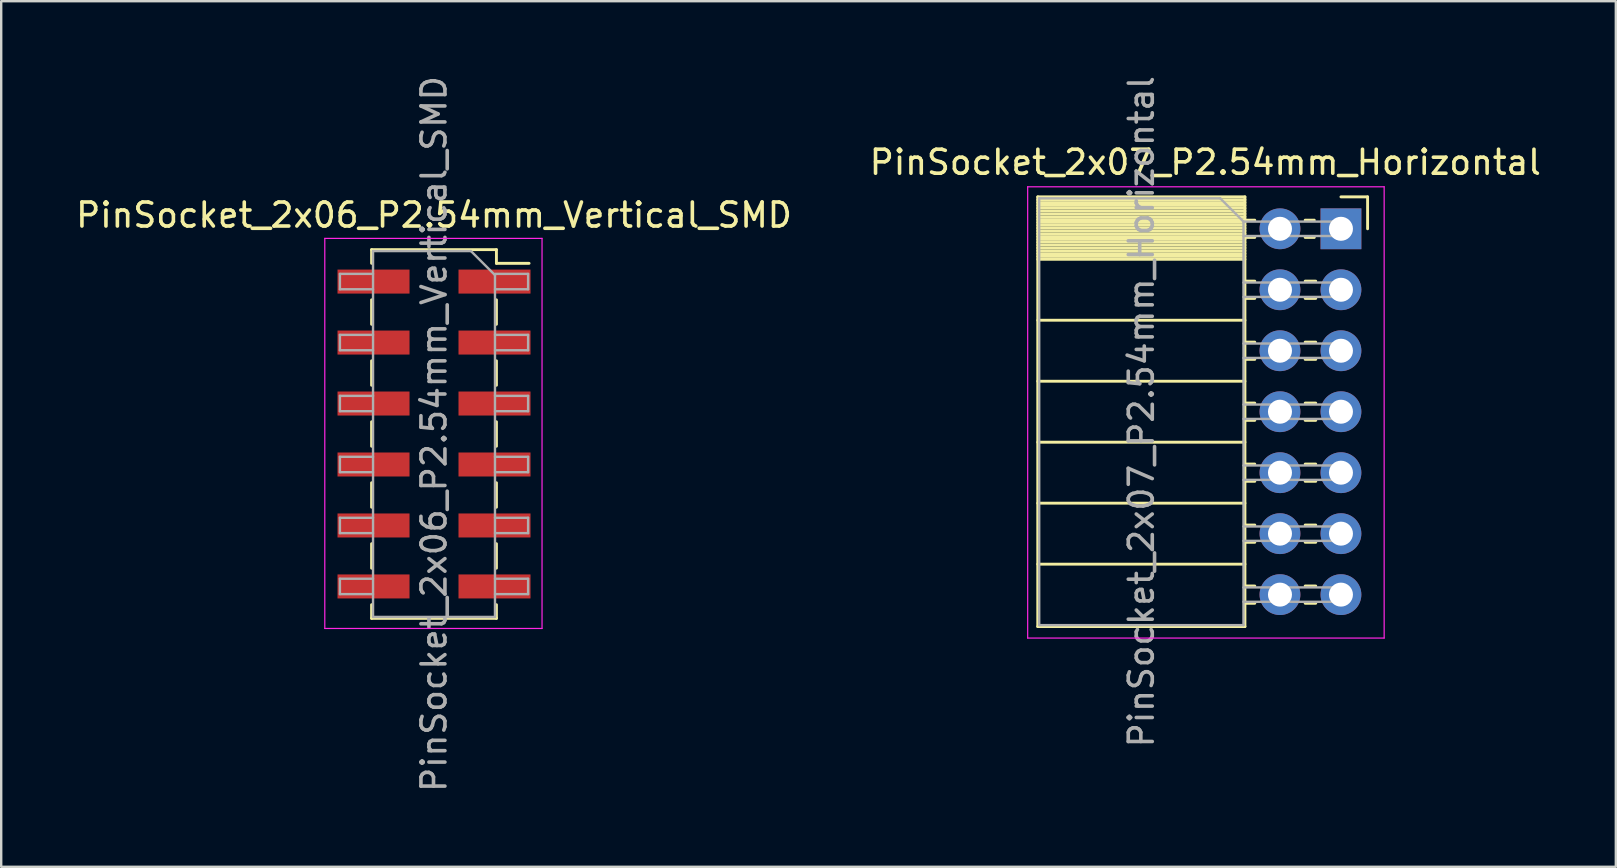
<source format=kicad_pcb>
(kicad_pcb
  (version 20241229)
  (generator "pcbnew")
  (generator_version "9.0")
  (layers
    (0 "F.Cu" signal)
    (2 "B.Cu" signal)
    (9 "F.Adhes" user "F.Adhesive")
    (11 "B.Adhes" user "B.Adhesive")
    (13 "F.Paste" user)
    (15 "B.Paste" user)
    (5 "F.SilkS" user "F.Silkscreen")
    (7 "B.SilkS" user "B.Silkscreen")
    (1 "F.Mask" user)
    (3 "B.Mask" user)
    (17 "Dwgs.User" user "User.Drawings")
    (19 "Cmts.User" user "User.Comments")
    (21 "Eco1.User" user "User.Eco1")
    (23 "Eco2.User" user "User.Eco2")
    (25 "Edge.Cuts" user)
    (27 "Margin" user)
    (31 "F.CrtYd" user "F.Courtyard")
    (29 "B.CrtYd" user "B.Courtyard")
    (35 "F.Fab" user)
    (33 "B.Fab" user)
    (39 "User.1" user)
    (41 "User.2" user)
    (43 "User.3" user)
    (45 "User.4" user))
  (footprint "PinSocket_2x07_P2.54mm_Horizontal"
    (layer "F.Cu")
    (at 52.811 6.481)
    (property "Reference" "PinSocket_2x07_P2.54mm_Horizontal" (at -5.65 -2.77 0) (layer "F.SilkS") (effects (font (size 1 1) (thickness 0.15))))
    (attr through_hole)
    (fp_line (start -12.63 -1.33) (end -12.63 16.57) (stroke (width 0.12) (type solid)) (layer "F.SilkS"))
    (fp_line (start -12.63 -1.33) (end -4 -1.33) (stroke (width 0.12) (type solid)) (layer "F.SilkS"))
    (fp_line (start -12.63 -1.21) (end -4 -1.21) (stroke (width 0.12) (type solid)) (layer "F.SilkS"))
    (fp_line (start -12.63 -1.092) (end -4 -1.092) (stroke (width 0.12) (type solid)) (layer "F.SilkS"))
    (fp_line (start -12.63 -0.974) (end -4 -0.974) (stroke (width 0.12) (type solid)) (layer "F.SilkS"))
    (fp_line (start -12.63 -0.856) (end -4 -0.856) (stroke (width 0.12) (type solid)) (layer "F.SilkS"))
    (fp_line (start -12.63 -0.738) (end -4 -0.738) (stroke (width 0.12) (type solid)) (layer "F.SilkS"))
    (fp_line (start -12.63 -0.62) (end -4 -0.62) (stroke (width 0.12) (type solid)) (layer "F.SilkS"))
    (fp_line (start -12.63 -0.501) (end -4 -0.501) (stroke (width 0.12) (type solid)) (layer "F.SilkS"))
    (fp_line (start -12.63 -0.383) (end -4 -0.383) (stroke (width 0.12) (type solid)) (layer "F.SilkS"))
    (fp_line (start -12.63 -0.265) (end -4 -0.265) (stroke (width 0.12) (type solid)) (layer "F.SilkS"))
    (fp_line (start -12.63 -0.147) (end -4 -0.147) (stroke (width 0.12) (type solid)) (layer "F.SilkS"))
    (fp_line (start -12.63 -0.029) (end -4 -0.029) (stroke (width 0.12) (type solid)) (layer "F.SilkS"))
    (fp_line (start -12.63 0.089) (end -4 0.089) (stroke (width 0.12) (type solid)) (layer "F.SilkS"))
    (fp_line (start -12.63 0.207) (end -4 0.207) (stroke (width 0.12) (type solid)) (layer "F.SilkS"))
    (fp_line (start -12.63 0.325) (end -4 0.325) (stroke (width 0.12) (type solid)) (layer "F.SilkS"))
    (fp_line (start -12.63 0.443) (end -4 0.443) (stroke (width 0.12) (type solid)) (layer "F.SilkS"))
    (fp_line (start -12.63 0.561) (end -4 0.561) (stroke (width 0.12) (type solid)) (layer "F.SilkS"))
    (fp_line (start -12.63 0.68) (end -4 0.68) (stroke (width 0.12) (type solid)) (layer "F.SilkS"))
    (fp_line (start -12.63 0.798) (end -4 0.798) (stroke (width 0.12) (type solid)) (layer "F.SilkS"))
    (fp_line (start -12.63 0.916) (end -4 0.916) (stroke (width 0.12) (type solid)) (layer "F.SilkS"))
    (fp_line (start -12.63 1.034) (end -4 1.034) (stroke (width 0.12) (type solid)) (layer "F.SilkS"))
    (fp_line (start -12.63 1.152) (end -4 1.152) (stroke (width 0.12) (type solid)) (layer "F.SilkS"))
    (fp_line (start -12.63 1.27) (end -4 1.27) (stroke (width 0.12) (type solid)) (layer "F.SilkS"))
    (fp_line (start -12.63 3.81) (end -4 3.81) (stroke (width 0.12) (type solid)) (layer "F.SilkS"))
    (fp_line (start -12.63 6.35) (end -4 6.35) (stroke (width 0.12) (type solid)) (layer "F.SilkS"))
    (fp_line (start -12.63 8.89) (end -4 8.89) (stroke (width 0.12) (type solid)) (layer "F.SilkS"))
    (fp_line (start -12.63 11.43) (end -4 11.43) (stroke (width 0.12) (type solid)) (layer "F.SilkS"))
    (fp_line (start -12.63 13.97) (end -4 13.97) (stroke (width 0.12) (type solid)) (layer "F.SilkS"))
    (fp_line (start -12.63 16.57) (end -4 16.57) (stroke (width 0.12) (type solid)) (layer "F.SilkS"))
    (fp_line (start -4 -1.33) (end -4 16.57) (stroke (width 0.12) (type solid)) (layer "F.SilkS"))
    (fp_line (start -4 -0.36) (end -3.59 -0.36) (stroke (width 0.12) (type solid)) (layer "F.SilkS"))
    (fp_line (start -4 0.36) (end -3.59 0.36) (stroke (width 0.12) (type solid)) (layer "F.SilkS"))
    (fp_line (start -4 2.18) (end -3.59 2.18) (stroke (width 0.12) (type solid)) (layer "F.SilkS"))
    (fp_line (start -4 2.9) (end -3.59 2.9) (stroke (width 0.12) (type solid)) (layer "F.SilkS"))
    (fp_line (start -4 4.72) (end -3.59 4.72) (stroke (width 0.12) (type solid)) (layer "F.SilkS"))
    (fp_line (start -4 5.44) (end -3.59 5.44) (stroke (width 0.12) (type solid)) (layer "F.SilkS"))
    (fp_line (start -4 7.26) (end -3.59 7.26) (stroke (width 0.12) (type solid)) (layer "F.SilkS"))
    (fp_line (start -4 7.98) (end -3.59 7.98) (stroke (width 0.12) (type solid)) (layer "F.SilkS"))
    (fp_line (start -4 9.8) (end -3.59 9.8) (stroke (width 0.12) (type solid)) (layer "F.SilkS"))
    (fp_line (start -4 10.52) (end -3.59 10.52) (stroke (width 0.12) (type solid)) (layer "F.SilkS"))
    (fp_line (start -4 12.34) (end -3.59 12.34) (stroke (width 0.12) (type solid)) (layer "F.SilkS"))
    (fp_line (start -4 13.06) (end -3.59 13.06) (stroke (width 0.12) (type solid)) (layer "F.SilkS"))
    (fp_line (start -4 14.88) (end -3.59 14.88) (stroke (width 0.12) (type solid)) (layer "F.SilkS"))
    (fp_line (start -4 15.6) (end -3.59 15.6) (stroke (width 0.12) (type solid)) (layer "F.SilkS"))
    (fp_line (start -1.49 -0.36) (end -1.11 -0.36) (stroke (width 0.12) (type solid)) (layer "F.SilkS"))
    (fp_line (start -1.49 0.36) (end -1.11 0.36) (stroke (width 0.12) (type solid)) (layer "F.SilkS"))
    (fp_line (start -1.49 2.18) (end -1.05 2.18) (stroke (width 0.12) (type solid)) (layer "F.SilkS"))
    (fp_line (start -1.49 2.9) (end -1.05 2.9) (stroke (width 0.12) (type solid)) (layer "F.SilkS"))
    (fp_line (start -1.49 4.72) (end -1.05 4.72) (stroke (width 0.12) (type solid)) (layer "F.SilkS"))
    (fp_line (start -1.49 5.44) (end -1.05 5.44) (stroke (width 0.12) (type solid)) (layer "F.SilkS"))
    (fp_line (start -1.49 7.26) (end -1.05 7.26) (stroke (width 0.12) (type solid)) (layer "F.SilkS"))
    (fp_line (start -1.49 7.98) (end -1.05 7.98) (stroke (width 0.12) (type solid)) (layer "F.SilkS"))
    (fp_line (start -1.49 9.8) (end -1.05 9.8) (stroke (width 0.12) (type solid)) (layer "F.SilkS"))
    (fp_line (start -1.49 10.52) (end -1.05 10.52) (stroke (width 0.12) (type solid)) (layer "F.SilkS"))
    (fp_line (start -1.49 12.34) (end -1.05 12.34) (stroke (width 0.12) (type solid)) (layer "F.SilkS"))
    (fp_line (start -1.49 13.06) (end -1.05 13.06) (stroke (width 0.12) (type solid)) (layer "F.SilkS"))
    (fp_line (start -1.49 14.88) (end -1.05 14.88) (stroke (width 0.12) (type solid)) (layer "F.SilkS"))
    (fp_line (start -1.49 15.6) (end -1.05 15.6) (stroke (width 0.12) (type solid)) (layer "F.SilkS"))
    (fp_line (start 0 -1.33) (end 1.11 -1.33) (stroke (width 0.12) (type solid)) (layer "F.SilkS"))
    (fp_line (start 1.11 -1.33) (end 1.11 0) (stroke (width 0.12) (type solid)) (layer "F.SilkS"))
    (fp_line (start -13.05 -1.75) (end -13.05 17.05) (stroke (width 0.05) (type solid)) (layer "F.CrtYd"))
    (fp_line (start -13.05 17.05) (end 1.8 17.05) (stroke (width 0.05) (type solid)) (layer "F.CrtYd"))
    (fp_line (start 1.8 -1.75) (end -13.05 -1.75) (stroke (width 0.05) (type solid)) (layer "F.CrtYd"))
    (fp_line (start 1.8 17.05) (end 1.8 -1.75) (stroke (width 0.05) (type solid)) (layer "F.CrtYd"))
    (fp_line (start -12.57 -1.27) (end -5.03 -1.27) (stroke (width 0.1) (type solid)) (layer "F.Fab"))
    (fp_line (start -12.57 16.51) (end -12.57 -1.27) (stroke (width 0.1) (type solid)) (layer "F.Fab"))
    (fp_line (start -5.03 -1.27) (end -4.06 -0.3) (stroke (width 0.1) (type solid)) (layer "F.Fab"))
    (fp_line (start -4.06 -0.3) (end -4.06 16.51) (stroke (width 0.1) (type solid)) (layer "F.Fab"))
    (fp_line (start -4.06 0.3) (end 0 0.3) (stroke (width 0.1) (type solid)) (layer "F.Fab"))
    (fp_line (start -4.06 2.84) (end 0 2.84) (stroke (width 0.1) (type solid)) (layer "F.Fab"))
    (fp_line (start -4.06 5.38) (end 0 5.38) (stroke (width 0.1) (type solid)) (layer "F.Fab"))
    (fp_line (start -4.06 7.92) (end 0 7.92) (stroke (width 0.1) (type solid)) (layer "F.Fab"))
    (fp_line (start -4.06 10.46) (end 0 10.46) (stroke (width 0.1) (type solid)) (layer "F.Fab"))
    (fp_line (start -4.06 13) (end 0 13) (stroke (width 0.1) (type solid)) (layer "F.Fab"))
    (fp_line (start -4.06 15.54) (end 0 15.54) (stroke (width 0.1) (type solid)) (layer "F.Fab"))
    (fp_line (start -4.06 16.51) (end -12.57 16.51) (stroke (width 0.1) (type solid)) (layer "F.Fab"))
    (fp_line (start 0 -0.3) (end -4.06 -0.3) (stroke (width 0.1) (type solid)) (layer "F.Fab"))
    (fp_line (start 0 0.3) (end 0 -0.3) (stroke (width 0.1) (type solid)) (layer "F.Fab"))
    (fp_line (start 0 2.24) (end -4.06 2.24) (stroke (width 0.1) (type solid)) (layer "F.Fab"))
    (fp_line (start 0 2.84) (end 0 2.24) (stroke (width 0.1) (type solid)) (layer "F.Fab"))
    (fp_line (start 0 4.78) (end -4.06 4.78) (stroke (width 0.1) (type solid)) (layer "F.Fab"))
    (fp_line (start 0 5.38) (end 0 4.78) (stroke (width 0.1) (type solid)) (layer "F.Fab"))
    (fp_line (start 0 7.32) (end -4.06 7.32) (stroke (width 0.1) (type solid)) (layer "F.Fab"))
    (fp_line (start 0 7.92) (end 0 7.32) (stroke (width 0.1) (type solid)) (layer "F.Fab"))
    (fp_line (start 0 9.86) (end -4.06 9.86) (stroke (width 0.1) (type solid)) (layer "F.Fab"))
    (fp_line (start 0 10.46) (end 0 9.86) (stroke (width 0.1) (type solid)) (layer "F.Fab"))
    (fp_line (start 0 12.4) (end -4.06 12.4) (stroke (width 0.1) (type solid)) (layer "F.Fab"))
    (fp_line (start 0 13) (end 0 12.4) (stroke (width 0.1) (type solid)) (layer "F.Fab"))
    (fp_line (start 0 14.94) (end -4.06 14.94) (stroke (width 0.1) (type solid)) (layer "F.Fab"))
    (fp_line (start 0 15.54) (end 0 14.94) (stroke (width 0.1) (type solid)) (layer "F.Fab"))
    (fp_text user "${REFERENCE}" (at -8.315 7.62 90) (layer "F.Fab") (effects (font (size 1 1) (thickness 0.15))))
    (pad "1" thru_hole rect (at 0 0) (size 1.7 1.7) (drill 1) (layers "*.Cu" "*.Mask"))
    (pad "2" thru_hole oval (at -2.54 0) (size 1.7 1.7) (drill 1) (layers "*.Cu" "*.Mask"))
    (pad "3" thru_hole oval (at 0 2.54) (size 1.7 1.7) (drill 1) (layers "*.Cu" "*.Mask"))
    (pad "4" thru_hole oval (at -2.54 2.54) (size 1.7 1.7) (drill 1) (layers "*.Cu" "*.Mask"))
    (pad "5" thru_hole oval (at 0 5.08) (size 1.7 1.7) (drill 1) (layers "*.Cu" "*.Mask"))
    (pad "6" thru_hole oval (at -2.54 5.08) (size 1.7 1.7) (drill 1) (layers "*.Cu" "*.Mask"))
    (pad "7" thru_hole oval (at 0 7.62) (size 1.7 1.7) (drill 1) (layers "*.Cu" "*.Mask"))
    (pad "8" thru_hole oval (at -2.54 7.62) (size 1.7 1.7) (drill 1) (layers "*.Cu" "*.Mask"))
    (pad "9" thru_hole oval (at 0 10.16) (size 1.7 1.7) (drill 1) (layers "*.Cu" "*.Mask"))
    (pad "10" thru_hole oval (at -2.54 10.16) (size 1.7 1.7) (drill 1) (layers "*.Cu" "*.Mask"))
    (pad "11" thru_hole oval (at 0 12.7) (size 1.7 1.7) (drill 1) (layers "*.Cu" "*.Mask"))
    (pad "12" thru_hole oval (at -2.54 12.7) (size 1.7 1.7) (drill 1) (layers "*.Cu" "*.Mask"))
    (pad "13" thru_hole oval (at 0 15.24) (size 1.7 1.7) (drill 1) (layers "*.Cu" "*.Mask"))
    (pad "14" thru_hole oval (at -2.54 15.24) (size 1.7 1.7) (drill 1) (layers "*.Cu" "*.Mask")))
  (footprint "PinSocket_2x06_P2.54mm_Vertical_SMD"
    (layer "F.Cu")
    (at 15.03 15.03)
    (property "Reference" "PinSocket_2x06_P2.54mm_Vertical_SMD" (at 0 -9.12 0) (layer "F.SilkS") (effects (font (size 1 1) (thickness 0.15))))
    (attr smd)
    (fp_line (start -2.6 -7.68) (end -2.6 -7.11) (stroke (width 0.12) (type solid)) (layer "F.SilkS"))
    (fp_line (start -2.6 -7.68) (end 2.6 -7.68) (stroke (width 0.12) (type solid)) (layer "F.SilkS"))
    (fp_line (start -2.6 -5.59) (end -2.6 -4.57) (stroke (width 0.12) (type solid)) (layer "F.SilkS"))
    (fp_line (start -2.6 -3.05) (end -2.6 -2.03) (stroke (width 0.12) (type solid)) (layer "F.SilkS"))
    (fp_line (start -2.6 -0.51) (end -2.6 0.51) (stroke (width 0.12) (type solid)) (layer "F.SilkS"))
    (fp_line (start -2.6 2.03) (end -2.6 3.05) (stroke (width 0.12) (type solid)) (layer "F.SilkS"))
    (fp_line (start -2.6 4.57) (end -2.6 5.59) (stroke (width 0.12) (type solid)) (layer "F.SilkS"))
    (fp_line (start -2.6 7.11) (end -2.6 7.68) (stroke (width 0.12) (type solid)) (layer "F.SilkS"))
    (fp_line (start -2.6 7.68) (end 2.6 7.68) (stroke (width 0.12) (type solid)) (layer "F.SilkS"))
    (fp_line (start 2.6 -7.68) (end 2.6 -7.11) (stroke (width 0.12) (type solid)) (layer "F.SilkS"))
    (fp_line (start 2.6 -7.11) (end 3.96 -7.11) (stroke (width 0.12) (type solid)) (layer "F.SilkS"))
    (fp_line (start 2.6 -5.59) (end 2.6 -4.57) (stroke (width 0.12) (type solid)) (layer "F.SilkS"))
    (fp_line (start 2.6 -3.05) (end 2.6 -2.03) (stroke (width 0.12) (type solid)) (layer "F.SilkS"))
    (fp_line (start 2.6 -0.51) (end 2.6 0.51) (stroke (width 0.12) (type solid)) (layer "F.SilkS"))
    (fp_line (start 2.6 2.03) (end 2.6 3.05) (stroke (width 0.12) (type solid)) (layer "F.SilkS"))
    (fp_line (start 2.6 4.57) (end 2.6 5.59) (stroke (width 0.12) (type solid)) (layer "F.SilkS"))
    (fp_line (start 2.6 7.11) (end 2.6 7.68) (stroke (width 0.12) (type solid)) (layer "F.SilkS"))
    (fp_line (start -4.55 -8.15) (end 4.5 -8.15) (stroke (width 0.05) (type solid)) (layer "F.CrtYd"))
    (fp_line (start -4.55 8.1) (end -4.55 -8.15) (stroke (width 0.05) (type solid)) (layer "F.CrtYd"))
    (fp_line (start 4.5 -8.15) (end 4.5 8.1) (stroke (width 0.05) (type solid)) (layer "F.CrtYd"))
    (fp_line (start 4.5 8.1) (end -4.55 8.1) (stroke (width 0.05) (type solid)) (layer "F.CrtYd"))
    (fp_line (start -3.92 -6.67) (end -2.54 -6.67) (stroke (width 0.1) (type solid)) (layer "F.Fab"))
    (fp_line (start -3.92 -6.03) (end -3.92 -6.67) (stroke (width 0.1) (type solid)) (layer "F.Fab"))
    (fp_line (start -3.92 -4.13) (end -2.54 -4.13) (stroke (width 0.1) (type solid)) (layer "F.Fab"))
    (fp_line (start -3.92 -3.49) (end -3.92 -4.13) (stroke (width 0.1) (type solid)) (layer "F.Fab"))
    (fp_line (start -3.92 -1.59) (end -2.54 -1.59) (stroke (width 0.1) (type solid)) (layer "F.Fab"))
    (fp_line (start -3.92 -0.95) (end -3.92 -1.59) (stroke (width 0.1) (type solid)) (layer "F.Fab"))
    (fp_line (start -3.92 0.95) (end -2.54 0.95) (stroke (width 0.1) (type solid)) (layer "F.Fab"))
    (fp_line (start -3.92 1.59) (end -3.92 0.95) (stroke (width 0.1) (type solid)) (layer "F.Fab"))
    (fp_line (start -3.92 3.49) (end -2.54 3.49) (stroke (width 0.1) (type solid)) (layer "F.Fab"))
    (fp_line (start -3.92 4.13) (end -3.92 3.49) (stroke (width 0.1) (type solid)) (layer "F.Fab"))
    (fp_line (start -3.92 6.03) (end -2.54 6.03) (stroke (width 0.1) (type solid)) (layer "F.Fab"))
    (fp_line (start -3.92 6.67) (end -3.92 6.03) (stroke (width 0.1) (type solid)) (layer "F.Fab"))
    (fp_line (start -2.54 -7.62) (end 1.54 -7.62) (stroke (width 0.1) (type solid)) (layer "F.Fab"))
    (fp_line (start -2.54 -6.03) (end -3.92 -6.03) (stroke (width 0.1) (type solid)) (layer "F.Fab"))
    (fp_line (start -2.54 -3.49) (end -3.92 -3.49) (stroke (width 0.1) (type solid)) (layer "F.Fab"))
    (fp_line (start -2.54 -0.95) (end -3.92 -0.95) (stroke (width 0.1) (type solid)) (layer "F.Fab"))
    (fp_line (start -2.54 1.59) (end -3.92 1.59) (stroke (width 0.1) (type solid)) (layer "F.Fab"))
    (fp_line (start -2.54 4.13) (end -3.92 4.13) (stroke (width 0.1) (type solid)) (layer "F.Fab"))
    (fp_line (start -2.54 6.67) (end -3.92 6.67) (stroke (width 0.1) (type solid)) (layer "F.Fab"))
    (fp_line (start -2.54 7.62) (end -2.54 -7.62) (stroke (width 0.1) (type solid)) (layer "F.Fab"))
    (fp_line (start 1.54 -7.62) (end 2.54 -6.62) (stroke (width 0.1) (type solid)) (layer "F.Fab"))
    (fp_line (start 2.54 -6.67) (end 3.92 -6.67) (stroke (width 0.1) (type solid)) (layer "F.Fab"))
    (fp_line (start 2.54 -6.62) (end 2.54 7.62) (stroke (width 0.1) (type solid)) (layer "F.Fab"))
    (fp_line (start 2.54 -4.13) (end 3.92 -4.13) (stroke (width 0.1) (type solid)) (layer "F.Fab"))
    (fp_line (start 2.54 -1.59) (end 3.92 -1.59) (stroke (width 0.1) (type solid)) (layer "F.Fab"))
    (fp_line (start 2.54 0.95) (end 3.92 0.95) (stroke (width 0.1) (type solid)) (layer "F.Fab"))
    (fp_line (start 2.54 3.49) (end 3.92 3.49) (stroke (width 0.1) (type solid)) (layer "F.Fab"))
    (fp_line (start 2.54 6.03) (end 3.92 6.03) (stroke (width 0.1) (type solid)) (layer "F.Fab"))
    (fp_line (start 2.54 7.62) (end -2.54 7.62) (stroke (width 0.1) (type solid)) (layer "F.Fab"))
    (fp_line (start 3.92 -6.67) (end 3.92 -6.03) (stroke (width 0.1) (type solid)) (layer "F.Fab"))
    (fp_line (start 3.92 -6.03) (end 2.54 -6.03) (stroke (width 0.1) (type solid)) (layer "F.Fab"))
    (fp_line (start 3.92 -4.13) (end 3.92 -3.49) (stroke (width 0.1) (type solid)) (layer "F.Fab"))
    (fp_line (start 3.92 -3.49) (end 2.54 -3.49) (stroke (width 0.1) (type solid)) (layer "F.Fab"))
    (fp_line (start 3.92 -1.59) (end 3.92 -0.95) (stroke (width 0.1) (type solid)) (layer "F.Fab"))
    (fp_line (start 3.92 -0.95) (end 2.54 -0.95) (stroke (width 0.1) (type solid)) (layer "F.Fab"))
    (fp_line (start 3.92 0.95) (end 3.92 1.59) (stroke (width 0.1) (type solid)) (layer "F.Fab"))
    (fp_line (start 3.92 1.59) (end 2.54 1.59) (stroke (width 0.1) (type solid)) (layer "F.Fab"))
    (fp_line (start 3.92 3.49) (end 3.92 4.13) (stroke (width 0.1) (type solid)) (layer "F.Fab"))
    (fp_line (start 3.92 4.13) (end 2.54 4.13) (stroke (width 0.1) (type solid)) (layer "F.Fab"))
    (fp_line (start 3.92 6.03) (end 3.92 6.67) (stroke (width 0.1) (type solid)) (layer "F.Fab"))
    (fp_line (start 3.92 6.67) (end 2.54 6.67) (stroke (width 0.1) (type solid)) (layer "F.Fab"))
    (fp_text user "${REFERENCE}" (at 0 0 90) (layer "F.Fab") (effects (font (size 1 1) (thickness 0.15))))
    (pad "1" smd rect (at 2.52 -6.35) (size 3 1) (layers "F.Cu" "F.Mask" "F.Paste"))
    (pad "2" smd rect (at -2.52 -6.35) (size 3 1) (layers "F.Cu" "F.Mask" "F.Paste"))
    (pad "3" smd rect (at 2.52 -3.81) (size 3 1) (layers "F.Cu" "F.Mask" "F.Paste"))
    (pad "4" smd rect (at -2.52 -3.81) (size 3 1) (layers "F.Cu" "F.Mask" "F.Paste"))
    (pad "5" smd rect (at 2.52 -1.27) (size 3 1) (layers "F.Cu" "F.Mask" "F.Paste"))
    (pad "6" smd rect (at -2.52 -1.27) (size 3 1) (layers "F.Cu" "F.Mask" "F.Paste"))
    (pad "7" smd rect (at 2.52 1.27) (size 3 1) (layers "F.Cu" "F.Mask" "F.Paste"))
    (pad "8" smd rect (at -2.52 1.27) (size 3 1) (layers "F.Cu" "F.Mask" "F.Paste"))
    (pad "9" smd rect (at 2.52 3.81) (size 3 1) (layers "F.Cu" "F.Mask" "F.Paste"))
    (pad "10" smd rect (at -2.52 3.81) (size 3 1) (layers "F.Cu" "F.Mask" "F.Paste"))
    (pad "11" smd rect (at 2.52 6.35) (size 3 1) (layers "F.Cu" "F.Mask" "F.Paste"))
    (pad "12" smd rect (at -2.52 6.35) (size 3 1) (layers "F.Cu" "F.Mask" "F.Paste")))
  (gr_rect
    (start -3 -3)
    (end 64.262 33.06)
    (stroke (width 0.1) (type default))
    (fill no)
    (layer "Edge.Cuts")))
</source>
